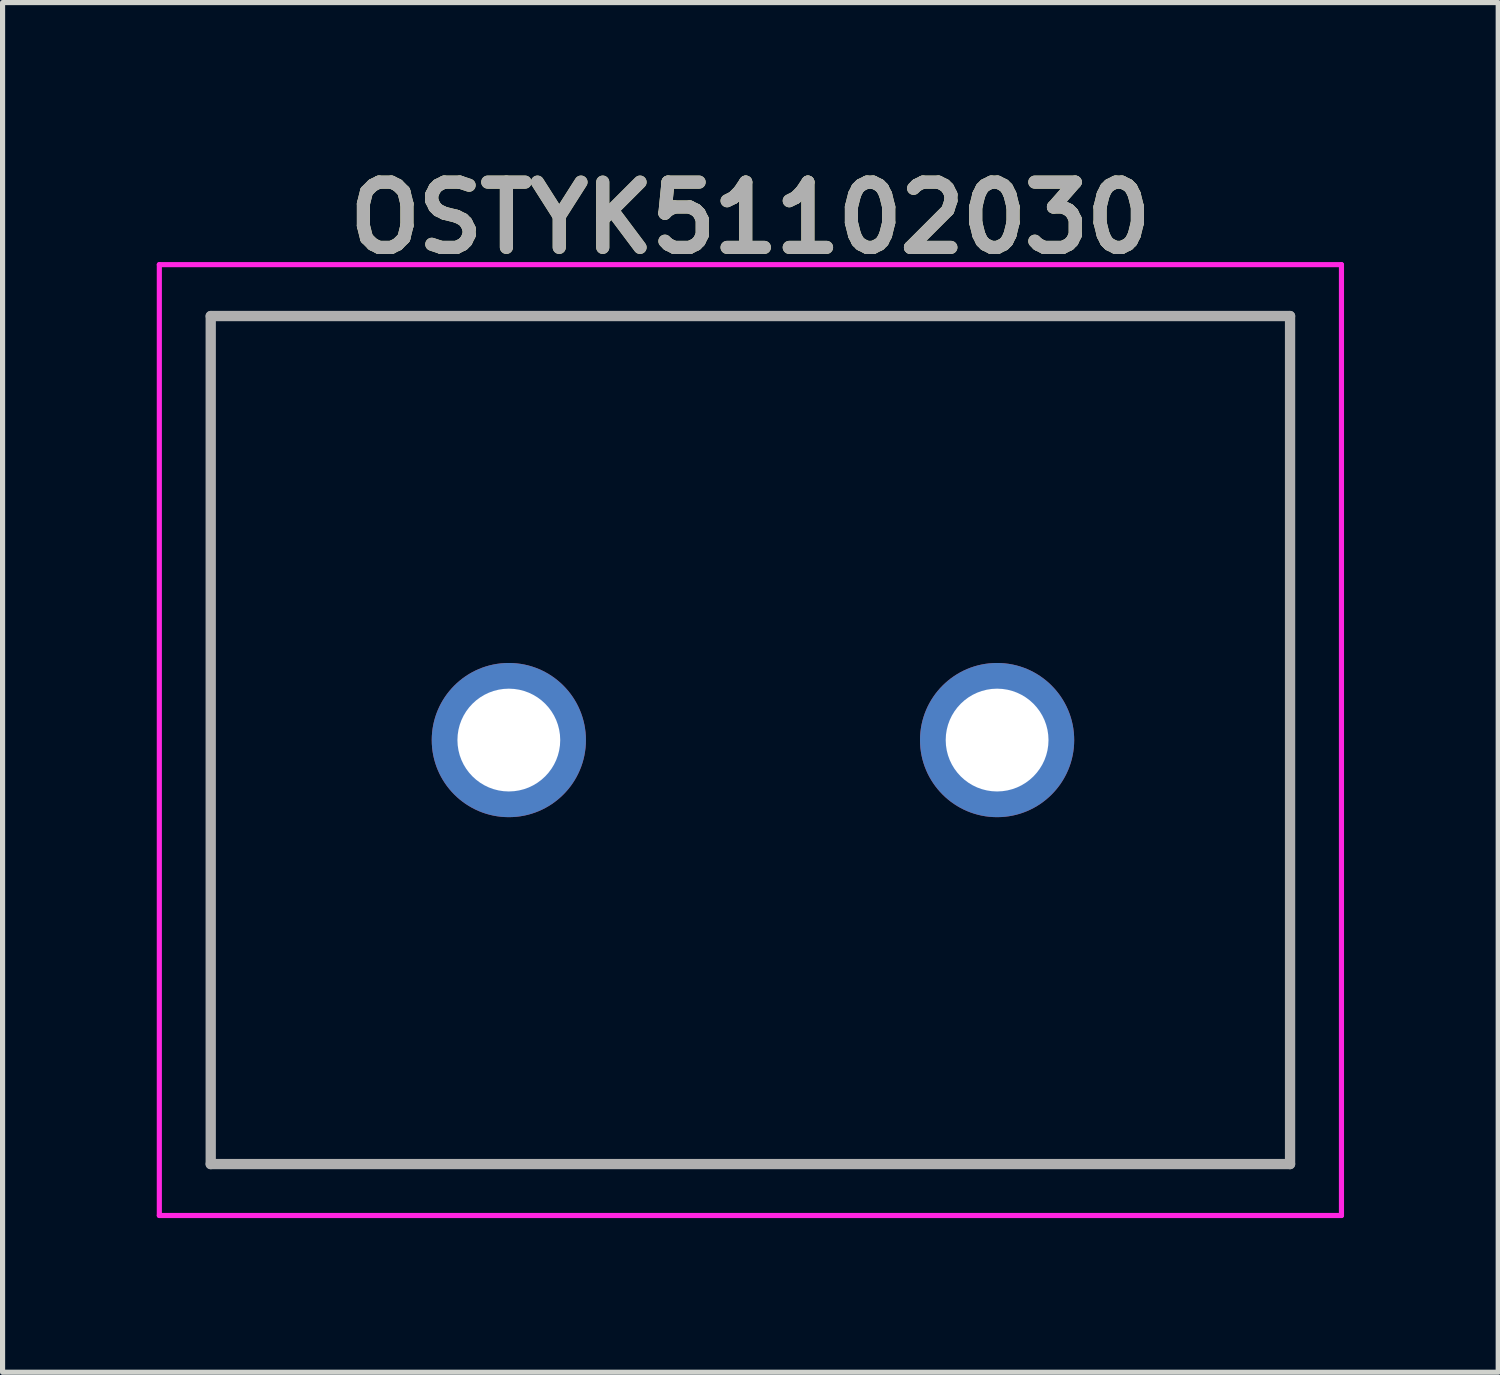
<source format=kicad_pcb>
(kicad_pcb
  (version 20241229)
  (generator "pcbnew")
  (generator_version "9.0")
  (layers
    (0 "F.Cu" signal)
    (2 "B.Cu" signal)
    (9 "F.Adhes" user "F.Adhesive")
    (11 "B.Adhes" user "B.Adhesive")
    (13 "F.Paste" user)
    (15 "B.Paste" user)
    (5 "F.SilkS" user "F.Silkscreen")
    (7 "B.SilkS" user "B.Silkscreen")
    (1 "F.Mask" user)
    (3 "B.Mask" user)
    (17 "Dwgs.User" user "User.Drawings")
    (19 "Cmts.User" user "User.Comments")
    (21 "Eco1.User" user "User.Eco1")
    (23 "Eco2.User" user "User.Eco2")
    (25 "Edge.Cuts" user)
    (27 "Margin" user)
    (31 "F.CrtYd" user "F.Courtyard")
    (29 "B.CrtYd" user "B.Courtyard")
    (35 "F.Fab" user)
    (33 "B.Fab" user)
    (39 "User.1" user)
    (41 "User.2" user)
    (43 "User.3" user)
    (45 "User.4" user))
  (footprint "OSTYK51102030"
    (layer "F.Cu")
    (at 6.85 11.349)
    (property "Reference" "OSTYK51102030" (at 4.7 -10.16 0) (layer "F.SilkS") (effects (font (size 1.27 1.27) (thickness 0.254))))
    (attr through_hole)
    (fp_line (start -5.8 -8.25) (end 15.2 -8.25) (stroke (width 0.1) (type solid)) (layer "F.SilkS"))
    (fp_line (start -5.8 8.25) (end -5.8 -8.25) (stroke (width 0.1) (type solid)) (layer "F.SilkS"))
    (fp_line (start 15.2 -8.25) (end 15.2 8.25) (stroke (width 0.1) (type solid)) (layer "F.SilkS"))
    (fp_line (start 15.2 8.25) (end -5.8 8.25) (stroke (width 0.1) (type solid)) (layer "F.SilkS"))
    (fp_line (start -6.8 -9.25) (end 16.2 -9.25) (stroke (width 0.1) (type solid)) (layer "F.CrtYd"))
    (fp_line (start -6.8 9.25) (end -6.8 -9.25) (stroke (width 0.1) (type solid)) (layer "F.CrtYd"))
    (fp_line (start 16.2 -9.25) (end 16.2 9.25) (stroke (width 0.1) (type solid)) (layer "F.CrtYd"))
    (fp_line (start 16.2 9.25) (end -6.8 9.25) (stroke (width 0.1) (type solid)) (layer "F.CrtYd"))
    (fp_line (start -5.8 -8.25) (end 15.2 -8.25) (stroke (width 0.2) (type solid)) (layer "F.Fab"))
    (fp_line (start -5.8 8.25) (end -5.8 -8.25) (stroke (width 0.2) (type solid)) (layer "F.Fab"))
    (fp_line (start 15.2 -8.25) (end 15.2 8.25) (stroke (width 0.2) (type solid)) (layer "F.Fab"))
    (fp_line (start 15.2 8.25) (end -5.8 8.25) (stroke (width 0.2) (type solid)) (layer "F.Fab"))
    (fp_text user "${REFERENCE}" (at 4.7 -10.16 0) (layer "F.Fab") (effects (font (size 1.27 1.27) (thickness 0.254))))
    (pad "1" thru_hole circle (at 0 0) (size 3 3) (drill 2) (layers "*.Cu" "*.Mask"))
    (pad "2" thru_hole circle (at 9.5 0) (size 3 3) (drill 2) (layers "*.Cu" "*.Mask")))
  (gr_rect
    (start -3 -3)
    (end 26.1 23.649)
    (stroke (width 0.1) (type default))
    (fill no)
    (layer "Edge.Cuts")))
</source>
